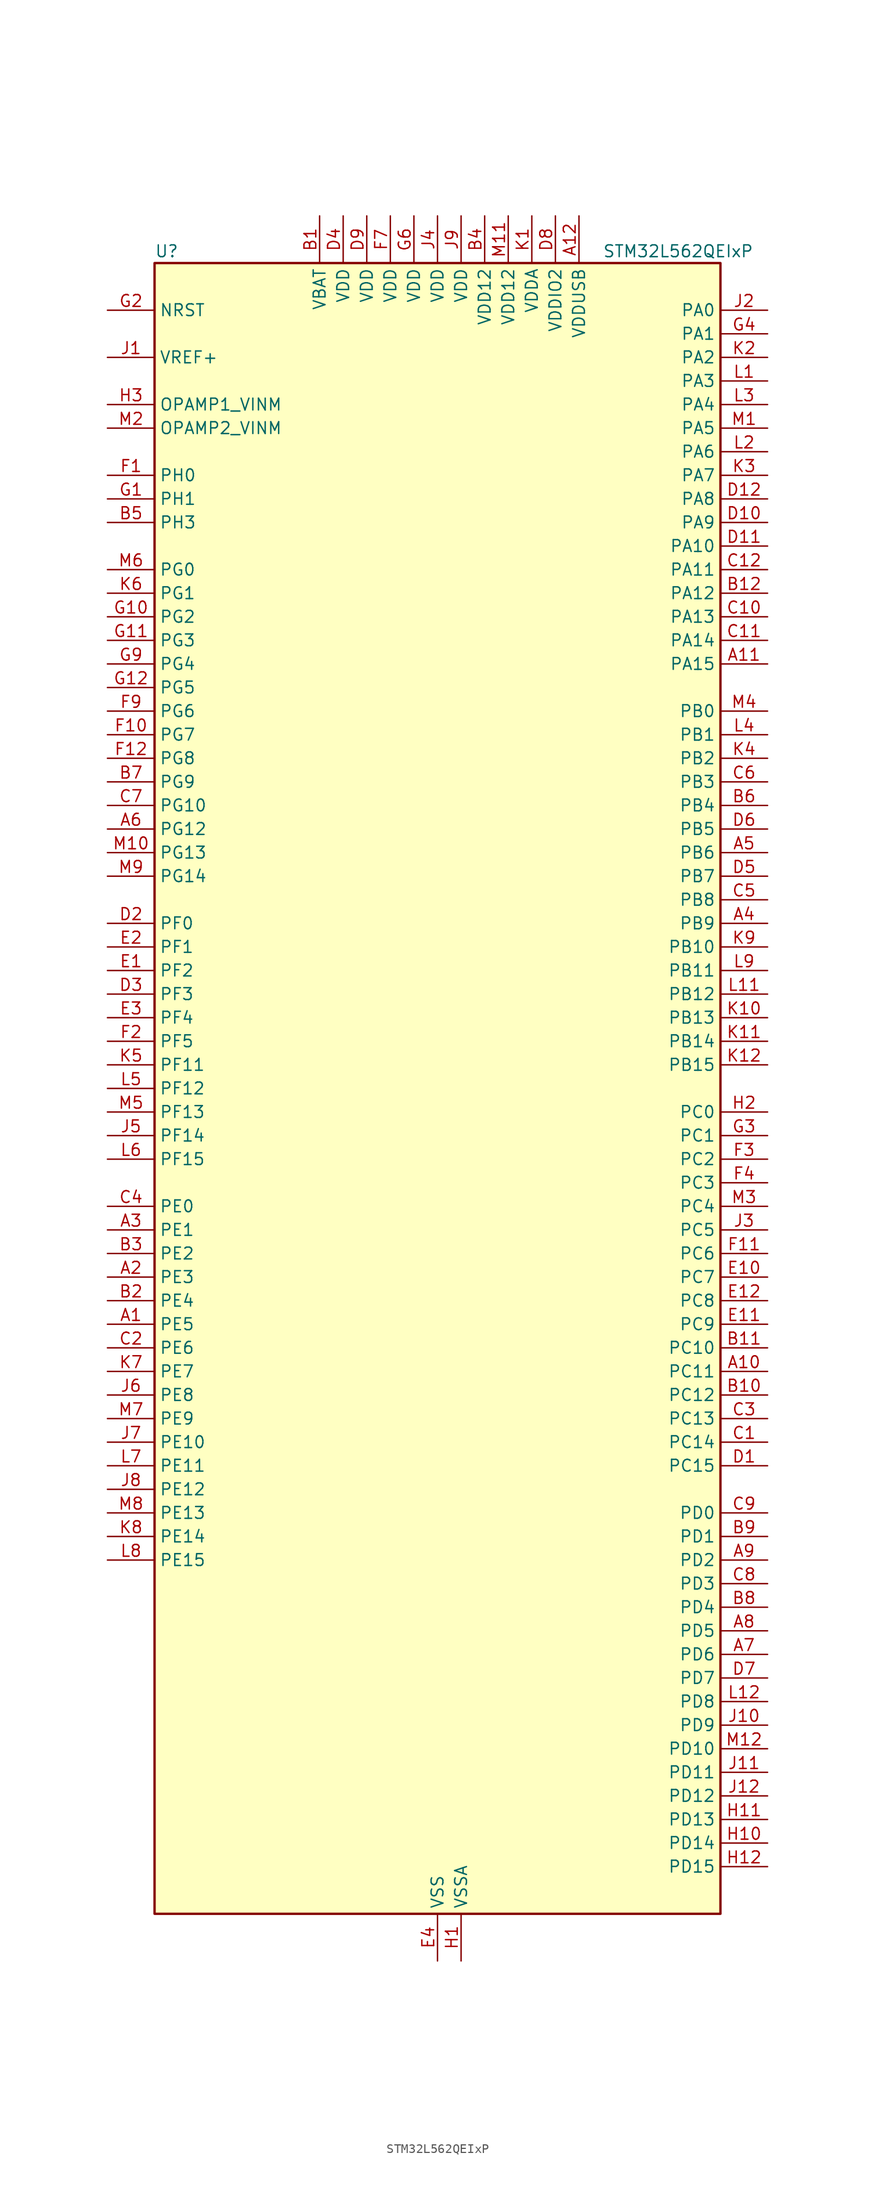
<source format=kicad_sym>
(kicad_symbol_lib
  (version 20241209)
  (generator "kicad_symbol_editor")
  (generator_version "9.0")
  (symbol "STM32L562QEIxP"
    (property "Reference" "U"
      (at -30.48 90.17 0)
      (effects (font (size 1.27 1.27)) (justify left)))
    (property "Value" "STM32L562QEIxP"
      (at 17.78 90.17 0)
      (effects (font (size 1.27 1.27)) (justify left)))
    (symbol "STM32L562QEIxP_0_1"
      (rectangle (start -30.48 -88.9) (end 30.48 88.9) (stroke (width 0.254) (type default)) (fill (type background))))
    (symbol "STM32L562QEIxP_1_1"
      (pin input line (at -35.56 83.82 0) (length 5.08) (name "NRST" (effects (font (size 1.27 1.27)))) (number "G2" (effects (font (size 1.27 1.27)))))
      (pin input line (at -35.56 78.74 0) (length 5.08) (name "VREF+" (effects (font (size 1.27 1.27)))) (number "J1" (effects (font (size 1.27 1.27)))) (alternate "VREFBUF_OUT" bidirectional line))
      (pin bidirectional line (at -35.56 73.66 0) (length 5.08) (name "OPAMP1_VINM" (effects (font (size 1.27 1.27)))) (number "H3" (effects (font (size 1.27 1.27)))) (alternate "OPAMP1_VINM" bidirectional line))
      (pin bidirectional line (at -35.56 71.12 0) (length 5.08) (name "OPAMP2_VINM" (effects (font (size 1.27 1.27)))) (number "M2" (effects (font (size 1.27 1.27)))) (alternate "OPAMP2_VINM" bidirectional line))
      (pin bidirectional line (at -35.56 66.04 0) (length 5.08) (name "PH0" (effects (font (size 1.27 1.27)))) (number "F1" (effects (font (size 1.27 1.27)))) (alternate "RCC_OSC_IN" bidirectional line))
      (pin bidirectional line (at -35.56 63.5 0) (length 5.08) (name "PH1" (effects (font (size 1.27 1.27)))) (number "G1" (effects (font (size 1.27 1.27)))) (alternate "RCC_OSC_OUT" bidirectional line))
      (pin bidirectional line (at -35.56 60.96 0) (length 5.08) (name "PH3" (effects (font (size 1.27 1.27)))) (number "B5" (effects (font (size 1.27 1.27)))))
      (pin bidirectional line (at -35.56 55.88 0) (length 5.08) (name "PG0" (effects (font (size 1.27 1.27)))) (number "M6" (effects (font (size 1.27 1.27)))) (alternate "FMC_A10" bidirectional line) (alternate "TSC_G8_IO3" bidirectional line))
      (pin bidirectional line (at -35.56 53.34 0) (length 5.08) (name "PG1" (effects (font (size 1.27 1.27)))) (number "K6" (effects (font (size 1.27 1.27)))) (alternate "FMC_A11" bidirectional line) (alternate "TSC_G8_IO4" bidirectional line))
      (pin bidirectional line (at -35.56 50.8 0) (length 5.08) (name "PG2" (effects (font (size 1.27 1.27)))) (number "G10" (effects (font (size 1.27 1.27)))) (alternate "FMC_A12" bidirectional line) (alternate "SAI2_SCK_B" bidirectional line) (alternate "SPI1_SCK" bidirectional line))
      (pin bidirectional line (at -35.56 48.26 0) (length 5.08) (name "PG3" (effects (font (size 1.27 1.27)))) (number "G11" (effects (font (size 1.27 1.27)))) (alternate "FMC_A13" bidirectional line) (alternate "SAI2_FS_B" bidirectional line) (alternate "SPI1_MISO" bidirectional line))
      (pin bidirectional line (at -35.56 45.72 0) (length 5.08) (name "PG4" (effects (font (size 1.27 1.27)))) (number "G9" (effects (font (size 1.27 1.27)))) (alternate "FMC_A14" bidirectional line) (alternate "SAI2_MCLK_B" bidirectional line) (alternate "SPI1_MOSI" bidirectional line))
      (pin bidirectional line (at -35.56 43.18 0) (length 5.08) (name "PG5" (effects (font (size 1.27 1.27)))) (number "G12" (effects (font (size 1.27 1.27)))) (alternate "FMC_A15" bidirectional line) (alternate "LPUART1_CTS" bidirectional line) (alternate "SAI2_SD_B" bidirectional line) (alternate "SPI1_NSS" bidirectional line))
      (pin bidirectional line (at -35.56 40.64 0) (length 5.08) (name "PG6" (effects (font (size 1.27 1.27)))) (number "F9" (effects (font (size 1.27 1.27)))) (alternate "I2C3_SMBA" bidirectional line) (alternate "LPUART1_DE" bidirectional line) (alternate "LPUART1_RTS" bidirectional line) (alternate "OCTOSPI1_DQS" bidirectional line) (alternate "UCPD1_FRSTX1" bidirectional line))
      (pin bidirectional line (at -35.56 38.1 0) (length 5.08) (name "PG7" (effects (font (size 1.27 1.27)))) (number "F10" (effects (font (size 1.27 1.27)))) (alternate "DFSDM1_CKOUT" bidirectional line) (alternate "FMC_INT" bidirectional line) (alternate "I2C3_SCL" bidirectional line) (alternate "LPUART1_TX" bidirectional line) (alternate "SAI1_CK1" bidirectional line) (alternate "SAI1_MCLK_A" bidirectional line) (alternate "UCPD1_FRSTX2" bidirectional line))
      (pin bidirectional line (at -35.56 35.56 0) (length 5.08) (name "PG8" (effects (font (size 1.27 1.27)))) (number "F12" (effects (font (size 1.27 1.27)))) (alternate "I2C3_SDA" bidirectional line) (alternate "LPUART1_RX" bidirectional line))
      (pin bidirectional line (at -35.56 33.02 0) (length 5.08) (name "PG9" (effects (font (size 1.27 1.27)))) (number "B7" (effects (font (size 1.27 1.27)))) (alternate "DAC1_EXTI9" bidirectional line) (alternate "FMC_NCE" bidirectional line) (alternate "FMC_NE2" bidirectional line) (alternate "SAI2_SCK_A" bidirectional line) (alternate "SPI3_SCK" bidirectional line) (alternate "TIM15_CH1N" bidirectional line) (alternate "USART1_TX" bidirectional line))
      (pin bidirectional line (at -35.56 30.48 0) (length 5.08) (name "PG10" (effects (font (size 1.27 1.27)))) (number "C7" (effects (font (size 1.27 1.27)))) (alternate "FMC_NE3" bidirectional line) (alternate "LPTIM1_IN1" bidirectional line) (alternate "SAI2_FS_A" bidirectional line) (alternate "SPI3_MISO" bidirectional line) (alternate "TIM15_CH1" bidirectional line) (alternate "USART1_RX" bidirectional line))
      (pin bidirectional line (at -35.56 27.94 0) (length 5.08) (name "PG12" (effects (font (size 1.27 1.27)))) (number "A6" (effects (font (size 1.27 1.27)))) (alternate "FMC_NE4" bidirectional line) (alternate "LPTIM1_ETR" bidirectional line) (alternate "SAI2_SD_A" bidirectional line) (alternate "SPI3_NSS" bidirectional line) (alternate "USART1_DE" bidirectional line) (alternate "USART1_RTS" bidirectional line))
      (pin bidirectional line (at -35.56 25.4 0) (length 5.08) (name "PG13" (effects (font (size 1.27 1.27)))) (number "M10" (effects (font (size 1.27 1.27)))) (alternate "FMC_A24" bidirectional line) (alternate "I2C1_SDA" bidirectional line) (alternate "USART1_CK" bidirectional line))
      (pin bidirectional line (at -35.56 22.86 0) (length 5.08) (name "PG14" (effects (font (size 1.27 1.27)))) (number "M9" (effects (font (size 1.27 1.27)))) (alternate "FMC_A25" bidirectional line) (alternate "I2C1_SCL" bidirectional line))
      (pin bidirectional line (at -35.56 17.78 0) (length 5.08) (name "PF0" (effects (font (size 1.27 1.27)))) (number "D2" (effects (font (size 1.27 1.27)))) (alternate "FMC_A0" bidirectional line) (alternate "I2C2_SDA" bidirectional line))
      (pin bidirectional line (at -35.56 15.24 0) (length 5.08) (name "PF1" (effects (font (size 1.27 1.27)))) (number "E2" (effects (font (size 1.27 1.27)))) (alternate "FMC_A1" bidirectional line) (alternate "I2C2_SCL" bidirectional line))
      (pin bidirectional line (at -35.56 12.7 0) (length 5.08) (name "PF2" (effects (font (size 1.27 1.27)))) (number "E1" (effects (font (size 1.27 1.27)))) (alternate "FMC_A2" bidirectional line) (alternate "I2C2_SMBA" bidirectional line))
      (pin bidirectional line (at -35.56 10.16 0) (length 5.08) (name "PF3" (effects (font (size 1.27 1.27)))) (number "D3" (effects (font (size 1.27 1.27)))) (alternate "FMC_A3" bidirectional line) (alternate "LPTIM3_IN1" bidirectional line))
      (pin bidirectional line (at -35.56 7.62 0) (length 5.08) (name "PF4" (effects (font (size 1.27 1.27)))) (number "E3" (effects (font (size 1.27 1.27)))) (alternate "FMC_A4" bidirectional line) (alternate "LPTIM3_ETR" bidirectional line))
      (pin bidirectional line (at -35.56 5.08 0) (length 5.08) (name "PF5" (effects (font (size 1.27 1.27)))) (number "F2" (effects (font (size 1.27 1.27)))) (alternate "FMC_A5" bidirectional line) (alternate "LPTIM3_OUT" bidirectional line))
      (pin bidirectional line (at -35.56 2.54 0) (length 5.08) (name "PF11" (effects (font (size 1.27 1.27)))) (number "K5" (effects (font (size 1.27 1.27)))) (alternate "ADC1_EXTI11" bidirectional line) (alternate "ADC2_EXTI11" bidirectional line) (alternate "OCTOSPI1_NCLK" bidirectional line))
      (pin bidirectional line (at -35.56 0 0) (length 5.08) (name "PF12" (effects (font (size 1.27 1.27)))) (number "L5" (effects (font (size 1.27 1.27)))) (alternate "FMC_A6" bidirectional line))
      (pin bidirectional line (at -35.56 -2.54 0) (length 5.08) (name "PF13" (effects (font (size 1.27 1.27)))) (number "M5" (effects (font (size 1.27 1.27)))) (alternate "FMC_A7" bidirectional line) (alternate "I2C4_SMBA" bidirectional line))
      (pin bidirectional line (at -35.56 -5.08 0) (length 5.08) (name "PF14" (effects (font (size 1.27 1.27)))) (number "J5" (effects (font (size 1.27 1.27)))) (alternate "FMC_A8" bidirectional line) (alternate "I2C4_SCL" bidirectional line) (alternate "TSC_G8_IO1" bidirectional line))
      (pin bidirectional line (at -35.56 -7.62 0) (length 5.08) (name "PF15" (effects (font (size 1.27 1.27)))) (number "L6" (effects (font (size 1.27 1.27)))) (alternate "ADC1_EXTI15" bidirectional line) (alternate "ADC2_EXTI15" bidirectional line) (alternate "FMC_A9" bidirectional line) (alternate "I2C4_SDA" bidirectional line) (alternate "TSC_G8_IO2" bidirectional line))
      (pin bidirectional line (at -35.56 -12.7 0) (length 5.08) (name "PE0" (effects (font (size 1.27 1.27)))) (number "C4" (effects (font (size 1.27 1.27)))) (alternate "FMC_NBL0" bidirectional line) (alternate "TIM16_CH1" bidirectional line) (alternate "TIM4_ETR" bidirectional line))
      (pin bidirectional line (at -35.56 -15.24 0) (length 5.08) (name "PE1" (effects (font (size 1.27 1.27)))) (number "A3" (effects (font (size 1.27 1.27)))) (alternate "FMC_NBL1" bidirectional line) (alternate "TIM17_CH1" bidirectional line))
      (pin bidirectional line (at -35.56 -17.78 0) (length 5.08) (name "PE2" (effects (font (size 1.27 1.27)))) (number "B3" (effects (font (size 1.27 1.27)))) (alternate "DEBUG_TRACECLK" bidirectional line) (alternate "FMC_A23" bidirectional line) (alternate "SAI1_CK1" bidirectional line) (alternate "SAI1_MCLK_A" bidirectional line) (alternate "TIM3_ETR" bidirectional line) (alternate "TSC_G7_IO1" bidirectional line))
      (pin bidirectional line (at -35.56 -20.32 0) (length 5.08) (name "PE3" (effects (font (size 1.27 1.27)))) (number "A2" (effects (font (size 1.27 1.27)))) (alternate "DEBUG_TRACED0" bidirectional line) (alternate "FMC_A19" bidirectional line) (alternate "OCTOSPI1_DQS" bidirectional line) (alternate "SAI1_SD_B" bidirectional line) (alternate "TIM3_CH1" bidirectional line) (alternate "TSC_G7_IO2" bidirectional line))
      (pin bidirectional line (at -35.56 -22.86 0) (length 5.08) (name "PE4" (effects (font (size 1.27 1.27)))) (number "B2" (effects (font (size 1.27 1.27)))) (alternate "DEBUG_TRACED1" bidirectional line) (alternate "DFSDM1_DATIN3" bidirectional line) (alternate "FMC_A20" bidirectional line) (alternate "SAI1_D2" bidirectional line) (alternate "SAI1_FS_A" bidirectional line) (alternate "TIM3_CH2" bidirectional line) (alternate "TSC_G7_IO3" bidirectional line))
      (pin bidirectional line (at -35.56 -25.4 0) (length 5.08) (name "PE5" (effects (font (size 1.27 1.27)))) (number "A1" (effects (font (size 1.27 1.27)))) (alternate "DEBUG_TRACED2" bidirectional line) (alternate "DFSDM1_CKIN3" bidirectional line) (alternate "FMC_A21" bidirectional line) (alternate "SAI1_CK2" bidirectional line) (alternate "SAI1_SCK_A" bidirectional line) (alternate "TIM3_CH3" bidirectional line) (alternate "TSC_G7_IO4" bidirectional line))
      (pin bidirectional line (at -35.56 -27.94 0) (length 5.08) (name "PE6" (effects (font (size 1.27 1.27)))) (number "C2" (effects (font (size 1.27 1.27)))) (alternate "DEBUG_TRACED3" bidirectional line) (alternate "FMC_A22" bidirectional line) (alternate "PWR_WKUP3" bidirectional line) (alternate "SAI1_D1" bidirectional line) (alternate "SAI1_SD_A" bidirectional line) (alternate "TAMP_IN3" bidirectional line) (alternate "TAMP_OUT6" bidirectional line) (alternate "TIM3_CH4" bidirectional line))
      (pin bidirectional line (at -35.56 -30.48 0) (length 5.08) (name "PE7" (effects (font (size 1.27 1.27)))) (number "K7" (effects (font (size 1.27 1.27)))) (alternate "DFSDM1_DATIN2" bidirectional line) (alternate "FMC_D4" bidirectional line) (alternate "FMC_DA4" bidirectional line) (alternate "SAI1_SD_B" bidirectional line) (alternate "TIM1_ETR" bidirectional line))
      (pin bidirectional line (at -35.56 -33.02 0) (length 5.08) (name "PE8" (effects (font (size 1.27 1.27)))) (number "J6" (effects (font (size 1.27 1.27)))) (alternate "DFSDM1_CKIN2" bidirectional line) (alternate "FMC_D5" bidirectional line) (alternate "FMC_DA5" bidirectional line) (alternate "SAI1_SCK_B" bidirectional line) (alternate "TIM1_CH1N" bidirectional line))
      (pin bidirectional line (at -35.56 -35.56 0) (length 5.08) (name "PE9" (effects (font (size 1.27 1.27)))) (number "M7" (effects (font (size 1.27 1.27)))) (alternate "DAC1_EXTI9" bidirectional line) (alternate "DFSDM1_CKOUT" bidirectional line) (alternate "FMC_D6" bidirectional line) (alternate "FMC_DA6" bidirectional line) (alternate "OCTOSPI1_NCLK" bidirectional line) (alternate "SAI1_FS_B" bidirectional line) (alternate "TIM1_CH1" bidirectional line))
      (pin bidirectional line (at -35.56 -38.1 0) (length 5.08) (name "PE10" (effects (font (size 1.27 1.27)))) (number "J7" (effects (font (size 1.27 1.27)))) (alternate "FMC_D7" bidirectional line) (alternate "FMC_DA7" bidirectional line) (alternate "OCTOSPI1_CLK" bidirectional line) (alternate "SAI1_MCLK_B" bidirectional line) (alternate "TIM1_CH2N" bidirectional line) (alternate "TSC_G5_IO1" bidirectional line))
      (pin bidirectional line (at -35.56 -40.64 0) (length 5.08) (name "PE11" (effects (font (size 1.27 1.27)))) (number "L7" (effects (font (size 1.27 1.27)))) (alternate "ADC1_EXTI11" bidirectional line) (alternate "ADC2_EXTI11" bidirectional line) (alternate "FMC_D8" bidirectional line) (alternate "FMC_DA8" bidirectional line) (alternate "OCTOSPI1_NCS" bidirectional line) (alternate "TIM1_CH2" bidirectional line) (alternate "TSC_G5_IO2" bidirectional line))
      (pin bidirectional line (at -35.56 -43.18 0) (length 5.08) (name "PE12" (effects (font (size 1.27 1.27)))) (number "J8" (effects (font (size 1.27 1.27)))) (alternate "FMC_D9" bidirectional line) (alternate "FMC_DA9" bidirectional line) (alternate "OCTOSPI1_IO0" bidirectional line) (alternate "SPI1_NSS" bidirectional line) (alternate "TIM1_CH3N" bidirectional line) (alternate "TSC_G5_IO3" bidirectional line))
      (pin bidirectional line (at -35.56 -45.72 0) (length 5.08) (name "PE13" (effects (font (size 1.27 1.27)))) (number "M8" (effects (font (size 1.27 1.27)))) (alternate "FMC_D10" bidirectional line) (alternate "FMC_DA10" bidirectional line) (alternate "OCTOSPI1_IO1" bidirectional line) (alternate "SPI1_SCK" bidirectional line) (alternate "TIM1_CH3" bidirectional line) (alternate "TSC_G5_IO4" bidirectional line))
      (pin bidirectional line (at -35.56 -48.26 0) (length 5.08) (name "PE14" (effects (font (size 1.27 1.27)))) (number "K8" (effects (font (size 1.27 1.27)))) (alternate "FMC_D11" bidirectional line) (alternate "FMC_DA11" bidirectional line) (alternate "OCTOSPI1_IO2" bidirectional line) (alternate "SPI1_MISO" bidirectional line) (alternate "TIM1_BKIN2" bidirectional line) (alternate "TIM1_CH4" bidirectional line))
      (pin bidirectional line (at -35.56 -50.8 0) (length 5.08) (name "PE15" (effects (font (size 1.27 1.27)))) (number "L8" (effects (font (size 1.27 1.27)))) (alternate "ADC1_EXTI15" bidirectional line) (alternate "ADC2_EXTI15" bidirectional line) (alternate "FMC_D12" bidirectional line) (alternate "FMC_DA12" bidirectional line) (alternate "OCTOSPI1_IO3" bidirectional line) (alternate "SPI1_MOSI" bidirectional line) (alternate "TIM1_BKIN" bidirectional line))
      (pin power_in line (at -12.7 93.98 270) (length 5.08) (name "VBAT" (effects (font (size 1.27 1.27)))) (number "B1" (effects (font (size 1.27 1.27)))))
      (pin power_in line (at -10.16 93.98 270) (length 5.08) (name "VDD" (effects (font (size 1.27 1.27)))) (number "D4" (effects (font (size 1.27 1.27)))))
      (pin power_in line (at -7.62 93.98 270) (length 5.08) (name "VDD" (effects (font (size 1.27 1.27)))) (number "D9" (effects (font (size 1.27 1.27)))))
      (pin power_in line (at -5.08 93.98 270) (length 5.08) (name "VDD" (effects (font (size 1.27 1.27)))) (number "F7" (effects (font (size 1.27 1.27)))))
      (pin power_in line (at -2.54 93.98 270) (length 5.08) (name "VDD" (effects (font (size 1.27 1.27)))) (number "G6" (effects (font (size 1.27 1.27)))))
      (pin power_in line (at 0 93.98 270) (length 5.08) (name "VDD" (effects (font (size 1.27 1.27)))) (number "J4" (effects (font (size 1.27 1.27)))))
      (pin power_in line (at 0 -93.98 90) (length 5.08) (name "VSS" (effects (font (size 1.27 1.27)))) (number "E4" (effects (font (size 1.27 1.27)))))
      (pin passive line (at 0 -93.98 90) (length 5.08) (hide yes) (name "VSS" (effects (font (size 1.27 1.27)))) (number "E9" (effects (font (size 1.27 1.27)))))
      (pin passive line (at 0 -93.98 90) (length 5.08) (hide yes) (name "VSS" (effects (font (size 1.27 1.27)))) (number "F6" (effects (font (size 1.27 1.27)))))
      (pin passive line (at 0 -93.98 90) (length 5.08) (hide yes) (name "VSS" (effects (font (size 1.27 1.27)))) (number "G7" (effects (font (size 1.27 1.27)))))
      (pin passive line (at 0 -93.98 90) (length 5.08) (hide yes) (name "VSS" (effects (font (size 1.27 1.27)))) (number "H4" (effects (font (size 1.27 1.27)))))
      (pin passive line (at 0 -93.98 90) (length 5.08) (hide yes) (name "VSS" (effects (font (size 1.27 1.27)))) (number "H9" (effects (font (size 1.27 1.27)))))
      (pin passive line (at 0 -93.98 90) (length 5.08) (hide yes) (name "VSS" (effects (font (size 1.27 1.27)))) (number "L10" (effects (font (size 1.27 1.27)))))
      (pin power_in line (at 2.54 93.98 270) (length 5.08) (name "VDD" (effects (font (size 1.27 1.27)))) (number "J9" (effects (font (size 1.27 1.27)))))
      (pin power_in line (at 2.54 -93.98 90) (length 5.08) (name "VSSA" (effects (font (size 1.27 1.27)))) (number "H1" (effects (font (size 1.27 1.27)))))
      (pin power_in line (at 5.08 93.98 270) (length 5.08) (name "VDD12" (effects (font (size 1.27 1.27)))) (number "B4" (effects (font (size 1.27 1.27)))))
      (pin power_in line (at 7.62 93.98 270) (length 5.08) (name "VDD12" (effects (font (size 1.27 1.27)))) (number "M11" (effects (font (size 1.27 1.27)))))
      (pin power_in line (at 10.16 93.98 270) (length 5.08) (name "VDDA" (effects (font (size 1.27 1.27)))) (number "K1" (effects (font (size 1.27 1.27)))))
      (pin power_in line (at 12.7 93.98 270) (length 5.08) (name "VDDIO2" (effects (font (size 1.27 1.27)))) (number "D8" (effects (font (size 1.27 1.27)))))
      (pin power_in line (at 15.24 93.98 270) (length 5.08) (name "VDDUSB" (effects (font (size 1.27 1.27)))) (number "A12" (effects (font (size 1.27 1.27)))))
      (pin bidirectional line (at 35.56 83.82 180) (length 5.08) (name "PA0" (effects (font (size 1.27 1.27)))) (number "J2" (effects (font (size 1.27 1.27)))) (alternate "ADC1_IN5" bidirectional line) (alternate "ADC2_IN5" bidirectional line) (alternate "OPAMP1_VINP" bidirectional line) (alternate "PWR_WKUP1" bidirectional line) (alternate "SAI1_EXTCLK" bidirectional line) (alternate "TAMP_IN2" bidirectional line) (alternate "TAMP_OUT1" bidirectional line) (alternate "TIM2_CH1" bidirectional line) (alternate "TIM2_ETR" bidirectional line) (alternate "TIM5_CH1" bidirectional line) (alternate "TIM8_ETR" bidirectional line) (alternate "UART4_TX" bidirectional line) (alternate "USART2_CTS" bidirectional line) (alternate "USART2_NSS" bidirectional line))
      (pin bidirectional line (at 35.56 81.28 180) (length 5.08) (name "PA1" (effects (font (size 1.27 1.27)))) (number "G4" (effects (font (size 1.27 1.27)))) (alternate "ADC1_IN6" bidirectional line) (alternate "ADC2_IN6" bidirectional line) (alternate "I2C1_SMBA" bidirectional line) (alternate "OCTOSPI1_DQS" bidirectional line) (alternate "OPAMP1_VINM" bidirectional line) (alternate "SPI1_SCK" bidirectional line) (alternate "TAMP_IN5" bidirectional line) (alternate "TAMP_OUT4" bidirectional line) (alternate "TIM15_CH1N" bidirectional line) (alternate "TIM2_CH2" bidirectional line) (alternate "TIM5_CH2" bidirectional line) (alternate "UART4_RX" bidirectional line) (alternate "USART2_DE" bidirectional line) (alternate "USART2_RTS" bidirectional line))
      (pin bidirectional line (at 35.56 78.74 180) (length 5.08) (name "PA2" (effects (font (size 1.27 1.27)))) (number "K2" (effects (font (size 1.27 1.27)))) (alternate "ADC1_IN7" bidirectional line) (alternate "ADC2_IN7" bidirectional line) (alternate "COMP1_INP" bidirectional line) (alternate "LPUART1_TX" bidirectional line) (alternate "OCTOSPI1_NCS" bidirectional line) (alternate "PWR_WKUP4" bidirectional line) (alternate "RCC_LSCO" bidirectional line) (alternate "SAI2_EXTCLK" bidirectional line) (alternate "TIM15_CH1" bidirectional line) (alternate "TIM2_CH3" bidirectional line) (alternate "TIM5_CH3" bidirectional line) (alternate "UCPD1_FRSTX1" bidirectional line) (alternate "USART2_TX" bidirectional line))
      (pin bidirectional line (at 35.56 76.2 180) (length 5.08) (name "PA3" (effects (font (size 1.27 1.27)))) (number "L1" (effects (font (size 1.27 1.27)))) (alternate "ADC1_IN8" bidirectional line) (alternate "ADC2_IN8" bidirectional line) (alternate "LPUART1_RX" bidirectional line) (alternate "OCTOSPI1_CLK" bidirectional line) (alternate "OPAMP1_VOUT" bidirectional line) (alternate "SAI1_CK1" bidirectional line) (alternate "SAI1_MCLK_A" bidirectional line) (alternate "TIM15_CH2" bidirectional line) (alternate "TIM2_CH4" bidirectional line) (alternate "TIM5_CH4" bidirectional line) (alternate "USART2_RX" bidirectional line))
      (pin bidirectional line (at 35.56 73.66 180) (length 5.08) (name "PA4" (effects (font (size 1.27 1.27)))) (number "L3" (effects (font (size 1.27 1.27)))) (alternate "ADC1_IN9" bidirectional line) (alternate "ADC2_IN9" bidirectional line) (alternate "DAC1_OUT1" bidirectional line) (alternate "LPTIM2_OUT" bidirectional line) (alternate "OCTOSPI1_NCS" bidirectional line) (alternate "SAI1_FS_B" bidirectional line) (alternate "SPI1_NSS" bidirectional line) (alternate "SPI3_NSS" bidirectional line) (alternate "USART2_CK" bidirectional line))
      (pin bidirectional line (at 35.56 71.12 180) (length 5.08) (name "PA5" (effects (font (size 1.27 1.27)))) (number "M1" (effects (font (size 1.27 1.27)))) (alternate "ADC1_IN10" bidirectional line) (alternate "ADC2_IN10" bidirectional line) (alternate "DAC1_OUT2" bidirectional line) (alternate "LPTIM2_ETR" bidirectional line) (alternate "SPI1_SCK" bidirectional line) (alternate "TIM2_CH1" bidirectional line) (alternate "TIM2_ETR" bidirectional line) (alternate "TIM8_CH1N" bidirectional line))
      (pin bidirectional line (at 35.56 68.58 180) (length 5.08) (name "PA6" (effects (font (size 1.27 1.27)))) (number "L2" (effects (font (size 1.27 1.27)))) (alternate "ADC1_IN11" bidirectional line) (alternate "ADC2_IN11" bidirectional line) (alternate "LPUART1_CTS" bidirectional line) (alternate "OCTOSPI1_IO3" bidirectional line) (alternate "OPAMP2_VINP" bidirectional line) (alternate "SPI1_MISO" bidirectional line) (alternate "TIM16_CH1" bidirectional line) (alternate "TIM1_BKIN" bidirectional line) (alternate "TIM3_CH1" bidirectional line) (alternate "TIM8_BKIN" bidirectional line) (alternate "USART3_CTS" bidirectional line) (alternate "USART3_NSS" bidirectional line))
      (pin bidirectional line (at 35.56 66.04 180) (length 5.08) (name "PA7" (effects (font (size 1.27 1.27)))) (number "K3" (effects (font (size 1.27 1.27)))) (alternate "ADC1_IN12" bidirectional line) (alternate "ADC2_IN12" bidirectional line) (alternate "I2C3_SCL" bidirectional line) (alternate "OCTOSPI1_IO2" bidirectional line) (alternate "OPAMP2_VINM" bidirectional line) (alternate "SPI1_MOSI" bidirectional line) (alternate "TIM17_CH1" bidirectional line) (alternate "TIM1_CH1N" bidirectional line) (alternate "TIM3_CH2" bidirectional line) (alternate "TIM8_CH1N" bidirectional line))
      (pin bidirectional line (at 35.56 63.5 180) (length 5.08) (name "PA8" (effects (font (size 1.27 1.27)))) (number "D12" (effects (font (size 1.27 1.27)))) (alternate "LPTIM2_OUT" bidirectional line) (alternate "RCC_MCO" bidirectional line) (alternate "SAI1_CK2" bidirectional line) (alternate "SAI1_SCK_A" bidirectional line) (alternate "TIM1_CH1" bidirectional line) (alternate "USART1_CK" bidirectional line))
      (pin bidirectional line (at 35.56 60.96 180) (length 5.08) (name "PA9" (effects (font (size 1.27 1.27)))) (number "D10" (effects (font (size 1.27 1.27)))) (alternate "DAC1_EXTI9" bidirectional line) (alternate "SAI1_FS_A" bidirectional line) (alternate "SPI2_SCK" bidirectional line) (alternate "TIM15_BKIN" bidirectional line) (alternate "TIM1_CH2" bidirectional line) (alternate "USART1_TX" bidirectional line))
      (pin bidirectional line (at 35.56 58.42 180) (length 5.08) (name "PA10" (effects (font (size 1.27 1.27)))) (number "D11" (effects (font (size 1.27 1.27)))) (alternate "CRS_SYNC" bidirectional line) (alternate "SAI1_D1" bidirectional line) (alternate "SAI1_SD_A" bidirectional line) (alternate "TIM17_BKIN" bidirectional line) (alternate "TIM1_CH3" bidirectional line) (alternate "USART1_RX" bidirectional line))
      (pin bidirectional line (at 35.56 55.88 180) (length 5.08) (name "PA11" (effects (font (size 1.27 1.27)))) (number "C12" (effects (font (size 1.27 1.27)))) (alternate "ADC1_EXTI11" bidirectional line) (alternate "ADC2_EXTI11" bidirectional line) (alternate "FDCAN1_RX" bidirectional line) (alternate "SPI1_MISO" bidirectional line) (alternate "TIM1_BKIN2" bidirectional line) (alternate "TIM1_CH4" bidirectional line) (alternate "USART1_CTS" bidirectional line) (alternate "USART1_NSS" bidirectional line) (alternate "USB_DM" bidirectional line))
      (pin bidirectional line (at 35.56 53.34 180) (length 5.08) (name "PA12" (effects (font (size 1.27 1.27)))) (number "B12" (effects (font (size 1.27 1.27)))) (alternate "FDCAN1_TX" bidirectional line) (alternate "SPI1_MOSI" bidirectional line) (alternate "TIM1_ETR" bidirectional line) (alternate "USART1_DE" bidirectional line) (alternate "USART1_RTS" bidirectional line) (alternate "USB_DP" bidirectional line))
      (pin bidirectional line (at 35.56 50.8 180) (length 5.08) (name "PA13" (effects (font (size 1.27 1.27)))) (number "C10" (effects (font (size 1.27 1.27)))) (alternate "DEBUG_JTMS-SWDIO" bidirectional line) (alternate "IR_OUT" bidirectional line) (alternate "SAI1_SD_B" bidirectional line) (alternate "USB_NOE" bidirectional line))
      (pin bidirectional line (at 35.56 48.26 180) (length 5.08) (name "PA14" (effects (font (size 1.27 1.27)))) (number "C11" (effects (font (size 1.27 1.27)))) (alternate "DEBUG_JTCK-SWCLK" bidirectional line) (alternate "I2C1_SMBA" bidirectional line) (alternate "I2C4_SMBA" bidirectional line) (alternate "LPTIM1_OUT" bidirectional line) (alternate "SAI1_FS_B" bidirectional line))
      (pin bidirectional line (at 35.56 45.72 180) (length 5.08) (name "PA15" (effects (font (size 1.27 1.27)))) (number "A11" (effects (font (size 1.27 1.27)))) (alternate "ADC1_EXTI15" bidirectional line) (alternate "ADC2_EXTI15" bidirectional line) (alternate "DEBUG_JTDI" bidirectional line) (alternate "SAI2_FS_B" bidirectional line) (alternate "SPI1_NSS" bidirectional line) (alternate "SPI3_NSS" bidirectional line) (alternate "TIM2_CH1" bidirectional line) (alternate "TIM2_ETR" bidirectional line) (alternate "UART4_DE" bidirectional line) (alternate "UART4_RTS" bidirectional line) (alternate "UCPD1_CC1" bidirectional line) (alternate "USART2_RX" bidirectional line) (alternate "USART3_DE" bidirectional line) (alternate "USART3_RTS" bidirectional line))
      (pin bidirectional line (at 35.56 40.64 180) (length 5.08) (name "PB0" (effects (font (size 1.27 1.27)))) (number "M4" (effects (font (size 1.27 1.27)))) (alternate "ADC1_IN15" bidirectional line) (alternate "ADC2_IN15" bidirectional line) (alternate "COMP1_OUT" bidirectional line) (alternate "OCTOSPI1_IO1" bidirectional line) (alternate "OPAMP2_VOUT" bidirectional line) (alternate "SAI1_EXTCLK" bidirectional line) (alternate "SPI1_NSS" bidirectional line) (alternate "TIM1_CH2N" bidirectional line) (alternate "TIM3_CH3" bidirectional line) (alternate "TIM8_CH2N" bidirectional line) (alternate "USART3_CK" bidirectional line))
      (pin bidirectional line (at 35.56 38.1 180) (length 5.08) (name "PB1" (effects (font (size 1.27 1.27)))) (number "L4" (effects (font (size 1.27 1.27)))) (alternate "ADC1_IN16" bidirectional line) (alternate "ADC2_IN16" bidirectional line) (alternate "COMP1_INM" bidirectional line) (alternate "DFSDM1_DATIN0" bidirectional line) (alternate "LPTIM2_IN1" bidirectional line) (alternate "LPUART1_DE" bidirectional line) (alternate "LPUART1_RTS" bidirectional line) (alternate "OCTOSPI1_IO0" bidirectional line) (alternate "TIM1_CH3N" bidirectional line) (alternate "TIM3_CH4" bidirectional line) (alternate "TIM8_CH3N" bidirectional line) (alternate "USART3_DE" bidirectional line) (alternate "USART3_RTS" bidirectional line))
      (pin bidirectional line (at 35.56 35.56 180) (length 5.08) (name "PB2" (effects (font (size 1.27 1.27)))) (number "K4" (effects (font (size 1.27 1.27)))) (alternate "COMP1_INP" bidirectional line) (alternate "DFSDM1_CKIN0" bidirectional line) (alternate "I2C3_SMBA" bidirectional line) (alternate "LPTIM1_OUT" bidirectional line) (alternate "OCTOSPI1_DQS" bidirectional line) (alternate "RTC_OUT2" bidirectional line) (alternate "UCPD1_FRSTX1" bidirectional line))
      (pin bidirectional line (at 35.56 33.02 180) (length 5.08) (name "PB3" (effects (font (size 1.27 1.27)))) (number "C6" (effects (font (size 1.27 1.27)))) (alternate "COMP2_INM" bidirectional line) (alternate "CRS_SYNC" bidirectional line) (alternate "DEBUG_JTDO-SWO" bidirectional line) (alternate "SAI1_SCK_B" bidirectional line) (alternate "SPI1_SCK" bidirectional line) (alternate "SPI3_SCK" bidirectional line) (alternate "TIM2_CH2" bidirectional line) (alternate "USART1_DE" bidirectional line) (alternate "USART1_RTS" bidirectional line))
      (pin bidirectional line (at 35.56 30.48 180) (length 5.08) (name "PB4" (effects (font (size 1.27 1.27)))) (number "B6" (effects (font (size 1.27 1.27)))) (alternate "COMP2_INP" bidirectional line) (alternate "DEBUG_JTRST" bidirectional line) (alternate "I2C3_SDA" bidirectional line) (alternate "SAI1_MCLK_B" bidirectional line) (alternate "SPI1_MISO" bidirectional line) (alternate "SPI3_MISO" bidirectional line) (alternate "TIM17_BKIN" bidirectional line) (alternate "TIM3_CH1" bidirectional line) (alternate "TSC_G2_IO1" bidirectional line) (alternate "UART5_DE" bidirectional line) (alternate "UART5_RTS" bidirectional line) (alternate "USART1_CTS" bidirectional line) (alternate "USART1_NSS" bidirectional line))
      (pin bidirectional line (at 35.56 27.94 180) (length 5.08) (name "PB5" (effects (font (size 1.27 1.27)))) (number "D6" (effects (font (size 1.27 1.27)))) (alternate "COMP2_OUT" bidirectional line) (alternate "I2C1_SMBA" bidirectional line) (alternate "LPTIM1_IN1" bidirectional line) (alternate "OCTOSPI1_NCLK" bidirectional line) (alternate "SAI1_SD_B" bidirectional line) (alternate "SPI1_MOSI" bidirectional line) (alternate "SPI3_MOSI" bidirectional line) (alternate "TIM16_BKIN" bidirectional line) (alternate "TIM3_CH2" bidirectional line) (alternate "TSC_G2_IO2" bidirectional line) (alternate "UART5_CTS" bidirectional line) (alternate "UCPD1_DBCC1" bidirectional line) (alternate "USART1_CK" bidirectional line))
      (pin bidirectional line (at 35.56 25.4 180) (length 5.08) (name "PB6" (effects (font (size 1.27 1.27)))) (number "A5" (effects (font (size 1.27 1.27)))) (alternate "COMP2_INP" bidirectional line) (alternate "I2C1_SCL" bidirectional line) (alternate "I2C4_SCL" bidirectional line) (alternate "LPTIM1_ETR" bidirectional line) (alternate "SAI1_FS_B" bidirectional line) (alternate "TIM16_CH1N" bidirectional line) (alternate "TIM4_CH1" bidirectional line) (alternate "TIM8_BKIN2" bidirectional line) (alternate "TSC_G2_IO3" bidirectional line) (alternate "USART1_TX" bidirectional line))
      (pin bidirectional line (at 35.56 22.86 180) (length 5.08) (name "PB7" (effects (font (size 1.27 1.27)))) (number "D5" (effects (font (size 1.27 1.27)))) (alternate "COMP2_INM" bidirectional line) (alternate "FMC_NL" bidirectional line) (alternate "I2C1_SDA" bidirectional line) (alternate "I2C4_SDA" bidirectional line) (alternate "LPTIM1_IN2" bidirectional line) (alternate "PWR_PVD_IN" bidirectional line) (alternate "TIM17_CH1N" bidirectional line) (alternate "TIM4_CH2" bidirectional line) (alternate "TIM8_BKIN" bidirectional line) (alternate "TSC_G2_IO4" bidirectional line) (alternate "UART4_CTS" bidirectional line) (alternate "USART1_RX" bidirectional line))
      (pin bidirectional line (at 35.56 20.32 180) (length 5.08) (name "PB8" (effects (font (size 1.27 1.27)))) (number "C5" (effects (font (size 1.27 1.27)))) (alternate "DFSDM1_CKOUT" bidirectional line) (alternate "FDCAN1_RX" bidirectional line) (alternate "I2C1_SCL" bidirectional line) (alternate "SAI1_CK1" bidirectional line) (alternate "SAI1_MCLK_A" bidirectional line) (alternate "SDMMC1_CKIN" bidirectional line) (alternate "SDMMC1_D4" bidirectional line) (alternate "TIM16_CH1" bidirectional line) (alternate "TIM4_CH3" bidirectional line))
      (pin bidirectional line (at 35.56 17.78 180) (length 5.08) (name "PB9" (effects (font (size 1.27 1.27)))) (number "A4" (effects (font (size 1.27 1.27)))) (alternate "DAC1_EXTI9" bidirectional line) (alternate "FDCAN1_TX" bidirectional line) (alternate "I2C1_SDA" bidirectional line) (alternate "IR_OUT" bidirectional line) (alternate "SAI1_D2" bidirectional line) (alternate "SAI1_FS_A" bidirectional line) (alternate "SDMMC1_CDIR" bidirectional line) (alternate "SDMMC1_D5" bidirectional line) (alternate "SPI2_NSS" bidirectional line) (alternate "TIM17_CH1" bidirectional line) (alternate "TIM4_CH4" bidirectional line))
      (pin bidirectional line (at 35.56 15.24 180) (length 5.08) (name "PB10" (effects (font (size 1.27 1.27)))) (number "K9" (effects (font (size 1.27 1.27)))) (alternate "COMP1_OUT" bidirectional line) (alternate "I2C2_SCL" bidirectional line) (alternate "I2C4_SCL" bidirectional line) (alternate "LPTIM3_OUT" bidirectional line) (alternate "LPUART1_RX" bidirectional line) (alternate "OCTOSPI1_CLK" bidirectional line) (alternate "SAI1_SCK_A" bidirectional line) (alternate "SPI2_SCK" bidirectional line) (alternate "TIM2_CH3" bidirectional line) (alternate "TSC_SYNC" bidirectional line) (alternate "USART3_TX" bidirectional line))
      (pin bidirectional line (at 35.56 12.7 180) (length 5.08) (name "PB11" (effects (font (size 1.27 1.27)))) (number "L9" (effects (font (size 1.27 1.27)))) (alternate "ADC1_EXTI11" bidirectional line) (alternate "ADC2_EXTI11" bidirectional line) (alternate "COMP2_OUT" bidirectional line) (alternate "I2C2_SDA" bidirectional line) (alternate "I2C4_SDA" bidirectional line) (alternate "LPUART1_TX" bidirectional line) (alternate "OCTOSPI1_NCS" bidirectional line) (alternate "TIM2_CH4" bidirectional line) (alternate "USART3_RX" bidirectional line))
      (pin bidirectional line (at 35.56 10.16 180) (length 5.08) (name "PB12" (effects (font (size 1.27 1.27)))) (number "L11" (effects (font (size 1.27 1.27)))) (alternate "DFSDM1_DATIN1" bidirectional line) (alternate "I2C2_SMBA" bidirectional line) (alternate "LPUART1_DE" bidirectional line) (alternate "LPUART1_RTS" bidirectional line) (alternate "OCTOSPI1_NCLK" bidirectional line) (alternate "SAI2_FS_A" bidirectional line) (alternate "SPI2_NSS" bidirectional line) (alternate "TIM15_BKIN" bidirectional line) (alternate "TIM1_BKIN" bidirectional line) (alternate "TSC_G1_IO1" bidirectional line) (alternate "USART3_CK" bidirectional line))
      (pin bidirectional line (at 35.56 7.62 180) (length 5.08) (name "PB13" (effects (font (size 1.27 1.27)))) (number "K10" (effects (font (size 1.27 1.27)))) (alternate "DFSDM1_CKIN1" bidirectional line) (alternate "I2C2_SCL" bidirectional line) (alternate "LPTIM3_IN1" bidirectional line) (alternate "LPUART1_CTS" bidirectional line) (alternate "SAI2_SCK_A" bidirectional line) (alternate "SPI2_SCK" bidirectional line) (alternate "TIM15_CH1N" bidirectional line) (alternate "TIM1_CH1N" bidirectional line) (alternate "TSC_G1_IO2" bidirectional line) (alternate "UCPD1_FRSTX2" bidirectional line) (alternate "USART3_CTS" bidirectional line) (alternate "USART3_NSS" bidirectional line))
      (pin bidirectional line (at 35.56 5.08 180) (length 5.08) (name "PB14" (effects (font (size 1.27 1.27)))) (number "K11" (effects (font (size 1.27 1.27)))) (alternate "DFSDM1_DATIN2" bidirectional line) (alternate "I2C2_SDA" bidirectional line) (alternate "LPTIM3_ETR" bidirectional line) (alternate "SAI2_MCLK_A" bidirectional line) (alternate "SPI2_MISO" bidirectional line) (alternate "TIM15_CH1" bidirectional line) (alternate "TIM1_CH2N" bidirectional line) (alternate "TIM8_CH2N" bidirectional line) (alternate "TSC_G1_IO3" bidirectional line) (alternate "UCPD1_DBCC2" bidirectional line) (alternate "USART3_DE" bidirectional line) (alternate "USART3_RTS" bidirectional line))
      (pin bidirectional line (at 35.56 2.54 180) (length 5.08) (name "PB15" (effects (font (size 1.27 1.27)))) (number "K12" (effects (font (size 1.27 1.27)))) (alternate "ADC1_EXTI15" bidirectional line) (alternate "ADC2_EXTI15" bidirectional line) (alternate "DFSDM1_CKIN2" bidirectional line) (alternate "RTC_REFIN" bidirectional line) (alternate "SAI2_SD_A" bidirectional line) (alternate "SPI2_MOSI" bidirectional line) (alternate "TIM15_CH2" bidirectional line) (alternate "TIM1_CH3N" bidirectional line) (alternate "TIM8_CH3N" bidirectional line) (alternate "UCPD1_CC2" bidirectional line))
      (pin bidirectional line (at 35.56 -2.54 180) (length 5.08) (name "PC0" (effects (font (size 1.27 1.27)))) (number "H2" (effects (font (size 1.27 1.27)))) (alternate "ADC1_IN1" bidirectional line) (alternate "ADC2_IN1" bidirectional line) (alternate "I2C3_SCL" bidirectional line) (alternate "LPTIM1_IN1" bidirectional line) (alternate "LPTIM2_IN1" bidirectional line) (alternate "LPUART1_RX" bidirectional line) (alternate "OCTOSPI1_IO7" bidirectional line) (alternate "SAI2_FS_A" bidirectional line) (alternate "SDMMC1_D5" bidirectional line))
      (pin bidirectional line (at 35.56 -5.08 180) (length 5.08) (name "PC1" (effects (font (size 1.27 1.27)))) (number "G3" (effects (font (size 1.27 1.27)))) (alternate "ADC1_IN2" bidirectional line) (alternate "ADC2_IN2" bidirectional line) (alternate "DEBUG_TRACED0" bidirectional line) (alternate "I2C3_SDA" bidirectional line) (alternate "LPTIM1_OUT" bidirectional line) (alternate "LPUART1_TX" bidirectional line) (alternate "OCTOSPI1_IO4" bidirectional line) (alternate "SAI1_SD_A" bidirectional line) (alternate "SPI2_MOSI" bidirectional line))
      (pin bidirectional line (at 35.56 -7.62 180) (length 5.08) (name "PC2" (effects (font (size 1.27 1.27)))) (number "F3" (effects (font (size 1.27 1.27)))) (alternate "ADC1_IN3" bidirectional line) (alternate "ADC2_IN3" bidirectional line) (alternate "DFSDM1_CKOUT" bidirectional line) (alternate "LPTIM1_IN2" bidirectional line) (alternate "OCTOSPI1_IO5" bidirectional line) (alternate "SPI2_MISO" bidirectional line))
      (pin bidirectional line (at 35.56 -10.16 180) (length 5.08) (name "PC3" (effects (font (size 1.27 1.27)))) (number "F4" (effects (font (size 1.27 1.27)))) (alternate "ADC1_IN4" bidirectional line) (alternate "ADC2_IN4" bidirectional line) (alternate "LPTIM1_ETR" bidirectional line) (alternate "LPTIM2_ETR" bidirectional line) (alternate "LPTIM3_OUT" bidirectional line) (alternate "OCTOSPI1_IO6" bidirectional line) (alternate "SAI1_D1" bidirectional line) (alternate "SAI1_SD_A" bidirectional line) (alternate "SPI2_MOSI" bidirectional line))
      (pin bidirectional line (at 35.56 -12.7 180) (length 5.08) (name "PC4" (effects (font (size 1.27 1.27)))) (number "M3" (effects (font (size 1.27 1.27)))) (alternate "ADC1_IN13" bidirectional line) (alternate "ADC2_IN13" bidirectional line) (alternate "COMP1_INM" bidirectional line) (alternate "OCTOSPI1_IO7" bidirectional line) (alternate "USART3_TX" bidirectional line))
      (pin bidirectional line (at 35.56 -15.24 180) (length 5.08) (name "PC5" (effects (font (size 1.27 1.27)))) (number "J3" (effects (font (size 1.27 1.27)))) (alternate "ADC1_IN14" bidirectional line) (alternate "ADC2_IN14" bidirectional line) (alternate "COMP1_INP" bidirectional line) (alternate "PWR_WKUP5" bidirectional line) (alternate "SAI1_D3" bidirectional line) (alternate "TAMP_IN4" bidirectional line) (alternate "TAMP_OUT5" bidirectional line) (alternate "USART3_RX" bidirectional line))
      (pin bidirectional line (at 35.56 -17.78 180) (length 5.08) (name "PC6" (effects (font (size 1.27 1.27)))) (number "F11" (effects (font (size 1.27 1.27)))) (alternate "DFSDM1_CKIN3" bidirectional line) (alternate "SAI2_MCLK_A" bidirectional line) (alternate "SDMMC1_D0DIR" bidirectional line) (alternate "SDMMC1_D6" bidirectional line) (alternate "TIM3_CH1" bidirectional line) (alternate "TIM8_CH1" bidirectional line) (alternate "TSC_G4_IO1" bidirectional line))
      (pin bidirectional line (at 35.56 -20.32 180) (length 5.08) (name "PC7" (effects (font (size 1.27 1.27)))) (number "E10" (effects (font (size 1.27 1.27)))) (alternate "DFSDM1_DATIN3" bidirectional line) (alternate "SAI2_MCLK_B" bidirectional line) (alternate "SDMMC1_D123DIR" bidirectional line) (alternate "SDMMC1_D7" bidirectional line) (alternate "TIM3_CH2" bidirectional line) (alternate "TIM8_CH2" bidirectional line) (alternate "TSC_G4_IO2" bidirectional line))
      (pin bidirectional line (at 35.56 -22.86 180) (length 5.08) (name "PC8" (effects (font (size 1.27 1.27)))) (number "E12" (effects (font (size 1.27 1.27)))) (alternate "SDMMC1_D0" bidirectional line) (alternate "TIM3_CH3" bidirectional line) (alternate "TIM8_CH3" bidirectional line) (alternate "TSC_G4_IO3" bidirectional line))
      (pin bidirectional line (at 35.56 -25.4 180) (length 5.08) (name "PC9" (effects (font (size 1.27 1.27)))) (number "E11" (effects (font (size 1.27 1.27)))) (alternate "DAC1_EXTI9" bidirectional line) (alternate "DEBUG_TRACED0" bidirectional line) (alternate "SAI2_EXTCLK" bidirectional line) (alternate "SDMMC1_D1" bidirectional line) (alternate "TIM3_CH4" bidirectional line) (alternate "TIM8_BKIN2" bidirectional line) (alternate "TIM8_CH4" bidirectional line) (alternate "TSC_G4_IO4" bidirectional line) (alternate "USB_NOE" bidirectional line))
      (pin bidirectional line (at 35.56 -27.94 180) (length 5.08) (name "PC10" (effects (font (size 1.27 1.27)))) (number "B11" (effects (font (size 1.27 1.27)))) (alternate "DEBUG_TRACED1" bidirectional line) (alternate "LPTIM3_ETR" bidirectional line) (alternate "SAI2_SCK_B" bidirectional line) (alternate "SDMMC1_D2" bidirectional line) (alternate "SPI3_SCK" bidirectional line) (alternate "TSC_G3_IO2" bidirectional line) (alternate "UART4_TX" bidirectional line) (alternate "USART3_TX" bidirectional line))
      (pin bidirectional line (at 35.56 -30.48 180) (length 5.08) (name "PC11" (effects (font (size 1.27 1.27)))) (number "A10" (effects (font (size 1.27 1.27)))) (alternate "ADC1_EXTI11" bidirectional line) (alternate "ADC2_EXTI11" bidirectional line) (alternate "LPTIM3_IN1" bidirectional line) (alternate "OCTOSPI1_NCS" bidirectional line) (alternate "SAI2_MCLK_B" bidirectional line) (alternate "SDMMC1_D3" bidirectional line) (alternate "SPI3_MISO" bidirectional line) (alternate "TSC_G3_IO3" bidirectional line) (alternate "UART4_RX" bidirectional line) (alternate "UCPD1_FRSTX2" bidirectional line) (alternate "USART3_RX" bidirectional line))
      (pin bidirectional line (at 35.56 -33.02 180) (length 5.08) (name "PC12" (effects (font (size 1.27 1.27)))) (number "B10" (effects (font (size 1.27 1.27)))) (alternate "DEBUG_TRACED3" bidirectional line) (alternate "SAI2_SD_B" bidirectional line) (alternate "SDMMC1_CK" bidirectional line) (alternate "SPI3_MOSI" bidirectional line) (alternate "TSC_G3_IO4" bidirectional line) (alternate "UART5_TX" bidirectional line) (alternate "USART3_CK" bidirectional line))
      (pin bidirectional line (at 35.56 -35.56 180) (length 5.08) (name "PC13" (effects (font (size 1.27 1.27)))) (number "C3" (effects (font (size 1.27 1.27)))) (alternate "PWR_WKUP2" bidirectional line) (alternate "RTC_OUT1" bidirectional line) (alternate "RTC_TS" bidirectional line) (alternate "TAMP_IN1" bidirectional line) (alternate "TAMP_OUT2" bidirectional line))
      (pin bidirectional line (at 35.56 -38.1 180) (length 5.08) (name "PC14" (effects (font (size 1.27 1.27)))) (number "C1" (effects (font (size 1.27 1.27)))) (alternate "RCC_OSC32_IN" bidirectional line))
      (pin bidirectional line (at 35.56 -40.64 180) (length 5.08) (name "PC15" (effects (font (size 1.27 1.27)))) (number "D1" (effects (font (size 1.27 1.27)))) (alternate "ADC1_EXTI15" bidirectional line) (alternate "ADC2_EXTI15" bidirectional line) (alternate "RCC_OSC32_OUT" bidirectional line))
      (pin bidirectional line (at 35.56 -45.72 180) (length 5.08) (name "PD0" (effects (font (size 1.27 1.27)))) (number "C9" (effects (font (size 1.27 1.27)))) (alternate "FDCAN1_RX" bidirectional line) (alternate "FMC_D2" bidirectional line) (alternate "FMC_DA2" bidirectional line) (alternate "SPI2_NSS" bidirectional line))
      (pin bidirectional line (at 35.56 -48.26 180) (length 5.08) (name "PD1" (effects (font (size 1.27 1.27)))) (number "B9" (effects (font (size 1.27 1.27)))) (alternate "FDCAN1_TX" bidirectional line) (alternate "FMC_D3" bidirectional line) (alternate "FMC_DA3" bidirectional line) (alternate "SPI2_SCK" bidirectional line))
      (pin bidirectional line (at 35.56 -50.8 180) (length 5.08) (name "PD2" (effects (font (size 1.27 1.27)))) (number "A9" (effects (font (size 1.27 1.27)))) (alternate "DEBUG_TRACED2" bidirectional line) (alternate "SDMMC1_CMD" bidirectional line) (alternate "TIM3_ETR" bidirectional line) (alternate "TSC_SYNC" bidirectional line) (alternate "UART5_RX" bidirectional line) (alternate "USART3_DE" bidirectional line) (alternate "USART3_RTS" bidirectional line))
      (pin bidirectional line (at 35.56 -53.34 180) (length 5.08) (name "PD3" (effects (font (size 1.27 1.27)))) (number "C8" (effects (font (size 1.27 1.27)))) (alternate "DFSDM1_DATIN0" bidirectional line) (alternate "FMC_CLK" bidirectional line) (alternate "SPI2_MISO" bidirectional line) (alternate "SPI2_SCK" bidirectional line) (alternate "USART2_CTS" bidirectional line) (alternate "USART2_NSS" bidirectional line))
      (pin bidirectional line (at 35.56 -55.88 180) (length 5.08) (name "PD4" (effects (font (size 1.27 1.27)))) (number "B8" (effects (font (size 1.27 1.27)))) (alternate "DFSDM1_CKIN0" bidirectional line) (alternate "FMC_NOE" bidirectional line) (alternate "OCTOSPI1_IO4" bidirectional line) (alternate "SPI2_MOSI" bidirectional line) (alternate "USART2_DE" bidirectional line) (alternate "USART2_RTS" bidirectional line))
      (pin bidirectional line (at 35.56 -58.42 180) (length 5.08) (name "PD5" (effects (font (size 1.27 1.27)))) (number "A8" (effects (font (size 1.27 1.27)))) (alternate "FMC_NWE" bidirectional line) (alternate "OCTOSPI1_IO5" bidirectional line) (alternate "USART2_TX" bidirectional line))
      (pin bidirectional line (at 35.56 -60.96 180) (length 5.08) (name "PD6" (effects (font (size 1.27 1.27)))) (number "A7" (effects (font (size 1.27 1.27)))) (alternate "DFSDM1_DATIN1" bidirectional line) (alternate "FMC_NWAIT" bidirectional line) (alternate "OCTOSPI1_IO6" bidirectional line) (alternate "SAI1_D1" bidirectional line) (alternate "SAI1_SD_A" bidirectional line) (alternate "SPI3_MOSI" bidirectional line) (alternate "USART2_RX" bidirectional line))
      (pin bidirectional line (at 35.56 -63.5 180) (length 5.08) (name "PD7" (effects (font (size 1.27 1.27)))) (number "D7" (effects (font (size 1.27 1.27)))) (alternate "DFSDM1_CKIN1" bidirectional line) (alternate "FMC_NCE" bidirectional line) (alternate "FMC_NE1" bidirectional line) (alternate "OCTOSPI1_IO7" bidirectional line) (alternate "USART2_CK" bidirectional line))
      (pin bidirectional line (at 35.56 -66.04 180) (length 5.08) (name "PD8" (effects (font (size 1.27 1.27)))) (number "L12" (effects (font (size 1.27 1.27)))) (alternate "FMC_D13" bidirectional line) (alternate "FMC_DA13" bidirectional line) (alternate "USART3_TX" bidirectional line))
      (pin bidirectional line (at 35.56 -68.58 180) (length 5.08) (name "PD9" (effects (font (size 1.27 1.27)))) (number "J10" (effects (font (size 1.27 1.27)))) (alternate "DAC1_EXTI9" bidirectional line) (alternate "FMC_D14" bidirectional line) (alternate "FMC_DA14" bidirectional line) (alternate "SAI2_MCLK_A" bidirectional line) (alternate "USART3_RX" bidirectional line))
      (pin bidirectional line (at 35.56 -71.12 180) (length 5.08) (name "PD10" (effects (font (size 1.27 1.27)))) (number "M12" (effects (font (size 1.27 1.27)))) (alternate "FMC_D15" bidirectional line) (alternate "FMC_DA15" bidirectional line) (alternate "SAI2_SCK_A" bidirectional line) (alternate "TSC_G6_IO1" bidirectional line) (alternate "USART3_CK" bidirectional line))
      (pin bidirectional line (at 35.56 -73.66 180) (length 5.08) (name "PD11" (effects (font (size 1.27 1.27)))) (number "J11" (effects (font (size 1.27 1.27)))) (alternate "ADC1_EXTI11" bidirectional line) (alternate "ADC2_EXTI11" bidirectional line) (alternate "FMC_A16" bidirectional line) (alternate "FMC_CLE" bidirectional line) (alternate "I2C4_SMBA" bidirectional line) (alternate "LPTIM2_ETR" bidirectional line) (alternate "SAI2_SD_A" bidirectional line) (alternate "TSC_G6_IO2" bidirectional line) (alternate "USART3_CTS" bidirectional line) (alternate "USART3_NSS" bidirectional line))
      (pin bidirectional line (at 35.56 -76.2 180) (length 5.08) (name "PD12" (effects (font (size 1.27 1.27)))) (number "J12" (effects (font (size 1.27 1.27)))) (alternate "FMC_A17" bidirectional line) (alternate "FMC_ALE" bidirectional line) (alternate "I2C4_SCL" bidirectional line) (alternate "LPTIM2_IN1" bidirectional line) (alternate "SAI2_FS_A" bidirectional line) (alternate "TIM4_CH1" bidirectional line) (alternate "TSC_G6_IO3" bidirectional line) (alternate "USART3_DE" bidirectional line) (alternate "USART3_RTS" bidirectional line))
      (pin bidirectional line (at 35.56 -78.74 180) (length 5.08) (name "PD13" (effects (font (size 1.27 1.27)))) (number "H11" (effects (font (size 1.27 1.27)))) (alternate "FMC_A18" bidirectional line) (alternate "I2C4_SDA" bidirectional line) (alternate "LPTIM2_OUT" bidirectional line) (alternate "TIM4_CH2" bidirectional line) (alternate "TSC_G6_IO4" bidirectional line))
      (pin bidirectional line (at 35.56 -81.28 180) (length 5.08) (name "PD14" (effects (font (size 1.27 1.27)))) (number "H10" (effects (font (size 1.27 1.27)))) (alternate "FMC_D0" bidirectional line) (alternate "FMC_DA0" bidirectional line) (alternate "TIM4_CH3" bidirectional line))
      (pin bidirectional line (at 35.56 -83.82 180) (length 5.08) (name "PD15" (effects (font (size 1.27 1.27)))) (number "H12" (effects (font (size 1.27 1.27)))) (alternate "ADC1_EXTI15" bidirectional line) (alternate "ADC2_EXTI15" bidirectional line) (alternate "FMC_D1" bidirectional line) (alternate "FMC_DA1" bidirectional line) (alternate "TIM4_CH4" bidirectional line)))))
</source>
